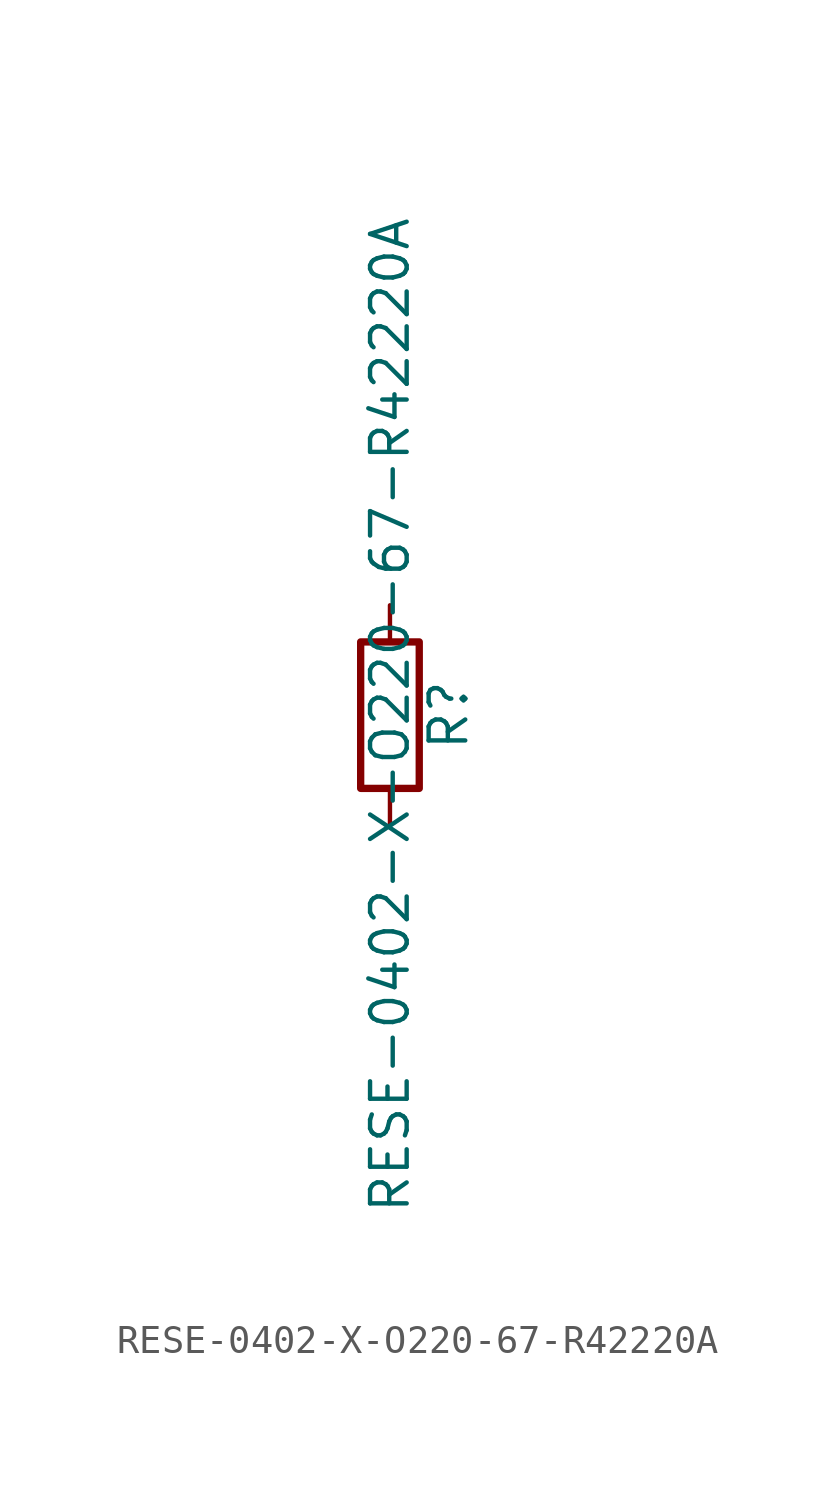
<source format=kicad_sym>
(kicad_symbol_lib
  (version 20211014)
  (generator kicad_symbol_editor)
  (symbol "RESE-0402-X-O220-67-R42220A"
    (pin_numbers hide)
    (pin_names
      (offset 0))
    (property "Reference" "R"
      (at 2.032 0 90)
      (effects (font (size 1.27 1.27))))
    (property "Value" "RESE-0402-X-O220-67-R42220A"
      (at 0 0 90)
      (effects (font (size 1.27 1.27))))
    (symbol "RESE-0402-X-O220-67-R42220A_0_1"
      (rectangle (start -1.016 -2.54) (end 1.016 2.54) (stroke (width 0.254) (type default) (color 0 0 0 0)) (fill (type none))))
    (symbol "RESE-0402-X-O220-67-R42220A_1_1"
      (pin passive line (at 0 3.81 270) (length 1.27) (name "~" (effects (font (size 1.27 1.27)))) (number "1" (effects (font (size 1.27 1.27)))))
      (pin passive line (at 0 -3.81 90) (length 1.27) (name "~" (effects (font (size 1.27 1.27)))) (number "2" (effects (font (size 1.27 1.27))))))))
</source>
